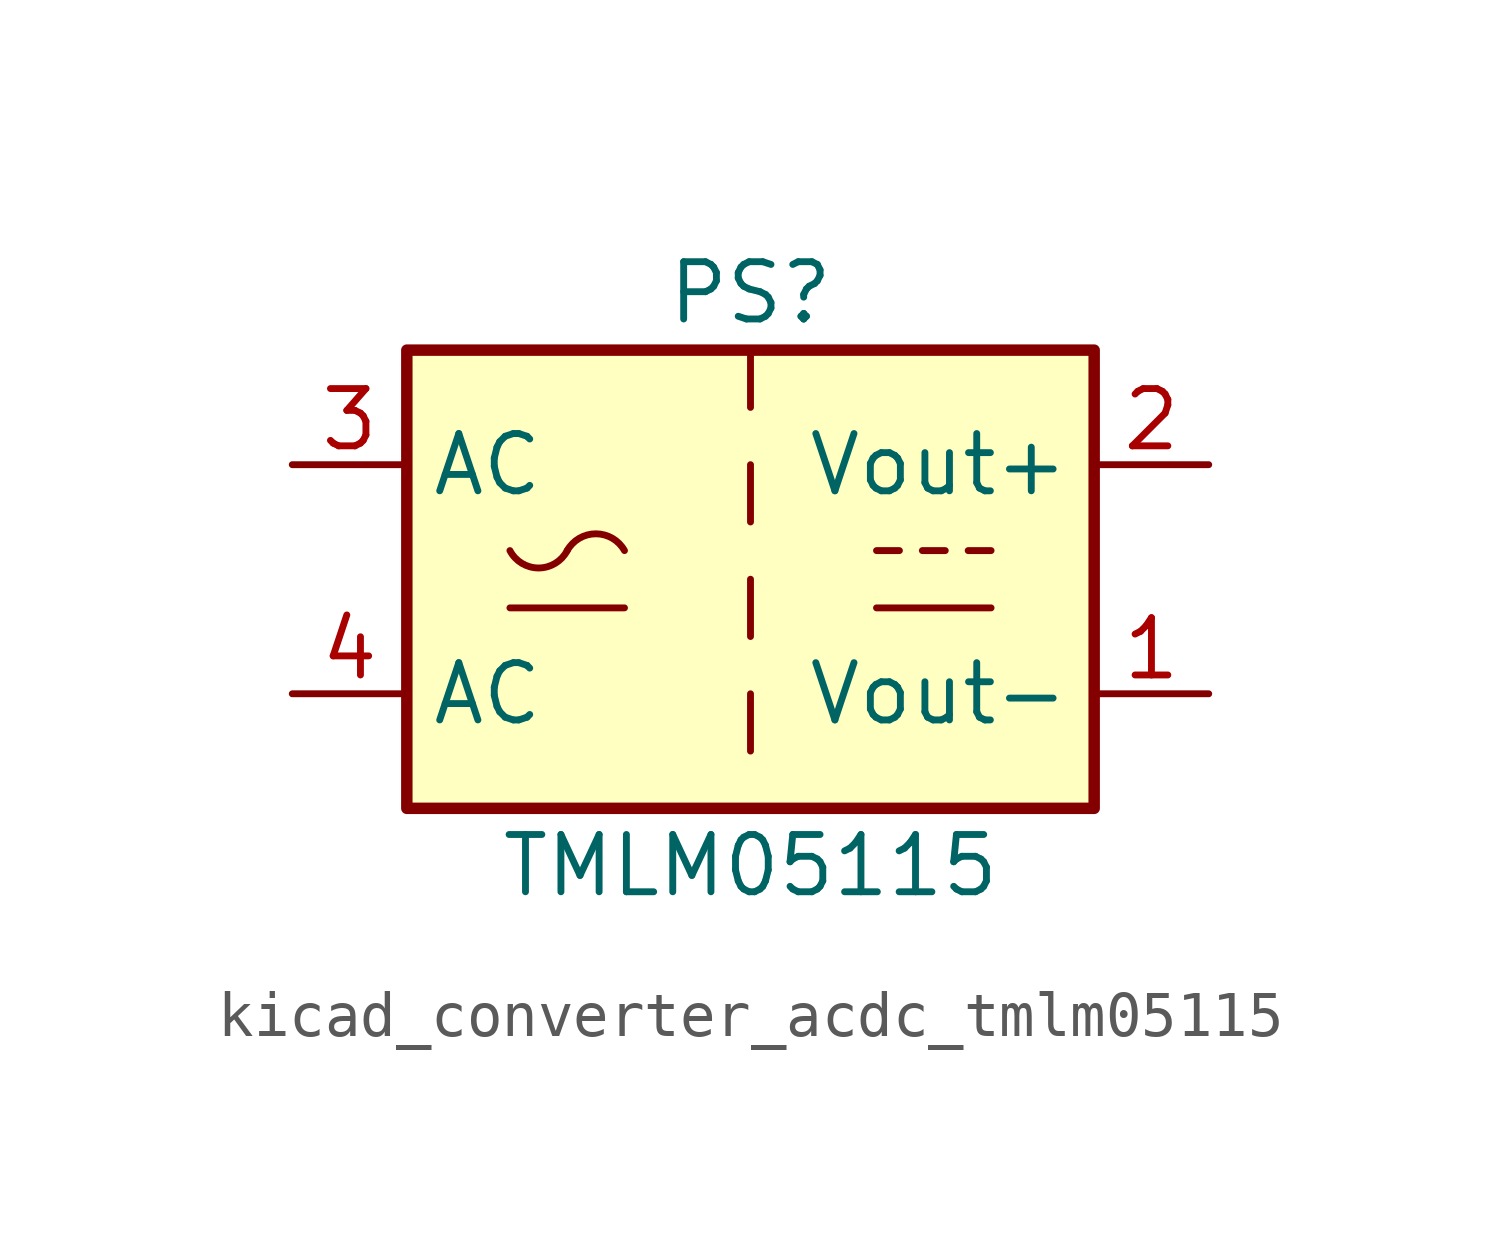
<source format=kicad_sym>
(kicad_symbol_lib
  (version 20220914)
  (generator kicad_symbol_editor)
  (symbol "kicad_converter_acdc_tmlm05115"
    (property "Reference" "PS"
      (at 0 6.35 0)
      (effects (font (size 1.27 1.27))))
    (property "Value" "TMLM05115"
      (at 0 -6.35 0)
      (effects (font (size 1.27 1.27))))
    (symbol "kicad_converter_acdc_tmlm05115_0_1"
      (rectangle (start -7.62 5.08) (end 7.62 -5.08) (stroke (width 0.254) (type default)) (fill (type background)))
      (arc (start -5.334 0.635) (mid -4.699 0.2495) (end -4.064 0.635) (stroke (width 0) (type default)) (fill (type none)))
      (arc (start -2.794 0.635) (mid -3.429 1.0072) (end -4.064 0.635) (stroke (width 0) (type default)) (fill (type none)))
      (polyline (pts (xy -5.334 -0.635) (xy -2.794 -0.635)) (stroke (width 0) (type default)) (fill (type none)))
      (polyline (pts (xy 0 -2.54) (xy 0 -3.81)) (stroke (width 0) (type default)) (fill (type none)))
      (polyline (pts (xy 0 0) (xy 0 -1.27)) (stroke (width 0) (type default)) (fill (type none)))
      (polyline (pts (xy 0 2.54) (xy 0 1.27)) (stroke (width 0) (type default)) (fill (type none)))
      (polyline (pts (xy 0 5.08) (xy 0 3.81)) (stroke (width 0) (type default)) (fill (type none)))
      (polyline (pts (xy 2.794 -0.635) (xy 5.334 -0.635)) (stroke (width 0) (type default)) (fill (type none)))
      (polyline (pts (xy 2.794 0.635) (xy 3.302 0.635)) (stroke (width 0) (type default)) (fill (type none)))
      (polyline (pts (xy 3.81 0.635) (xy 4.318 0.635)) (stroke (width 0) (type default)) (fill (type none)))
      (polyline (pts (xy 4.826 0.635) (xy 5.334 0.635)) (stroke (width 0) (type default)) (fill (type none))))
    (symbol "kicad_converter_acdc_tmlm05115_1_1"
      (pin power_out line (at 10.16 -2.54 180) (length 2.54) (name "Vout-" (effects (font (size 1.27 1.27)))) (number "1" (effects (font (size 1.27 1.27)))))
      (pin power_out line (at 10.16 2.54 180) (length 2.54) (name "Vout+" (effects (font (size 1.27 1.27)))) (number "2" (effects (font (size 1.27 1.27)))))
      (pin power_in line (at -10.16 2.54 0) (length 2.54) (name "AC" (effects (font (size 1.27 1.27)))) (number "3" (effects (font (size 1.27 1.27)))))
      (pin power_in line (at -10.16 -2.54 0) (length 2.54) (name "AC" (effects (font (size 1.27 1.27)))) (number "4" (effects (font (size 1.27 1.27))))))))
</source>
